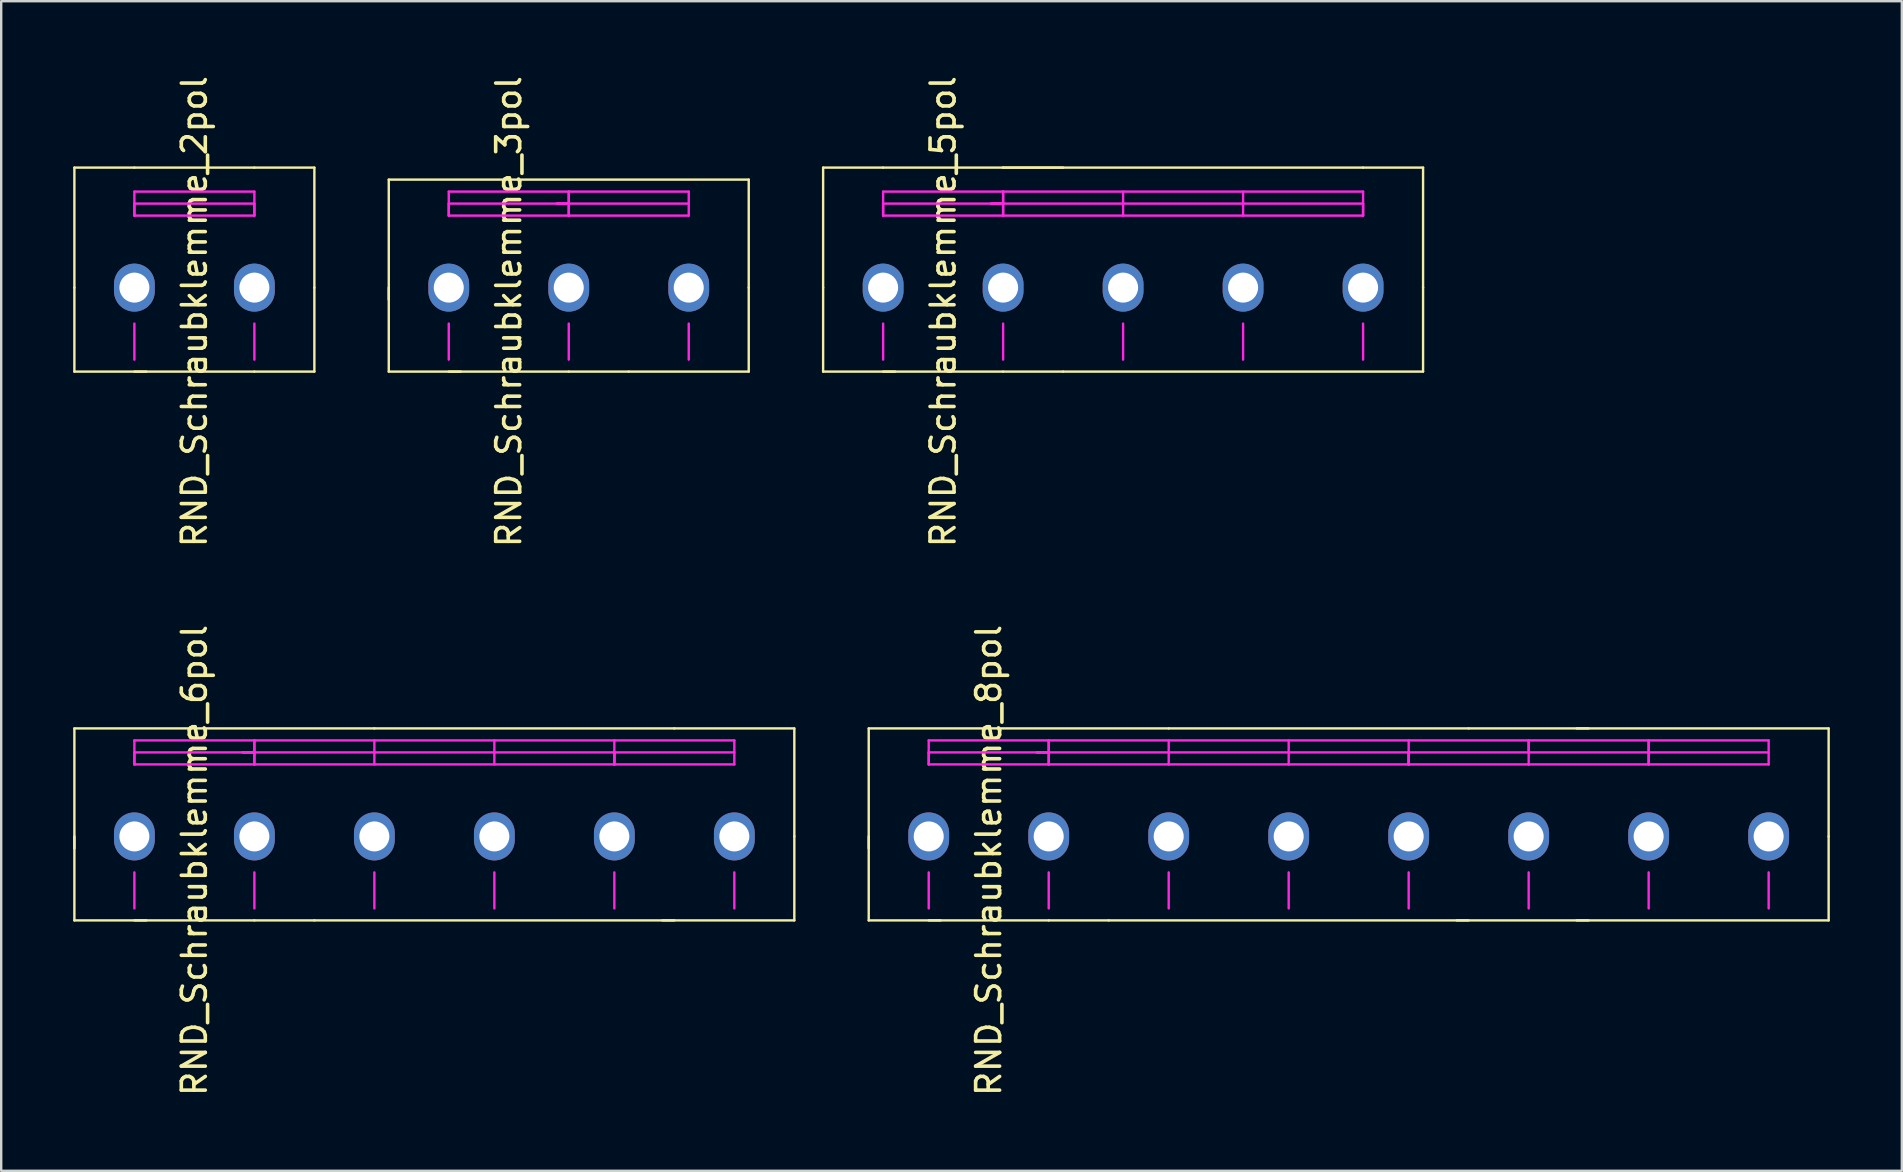
<source format=kicad_pcb>
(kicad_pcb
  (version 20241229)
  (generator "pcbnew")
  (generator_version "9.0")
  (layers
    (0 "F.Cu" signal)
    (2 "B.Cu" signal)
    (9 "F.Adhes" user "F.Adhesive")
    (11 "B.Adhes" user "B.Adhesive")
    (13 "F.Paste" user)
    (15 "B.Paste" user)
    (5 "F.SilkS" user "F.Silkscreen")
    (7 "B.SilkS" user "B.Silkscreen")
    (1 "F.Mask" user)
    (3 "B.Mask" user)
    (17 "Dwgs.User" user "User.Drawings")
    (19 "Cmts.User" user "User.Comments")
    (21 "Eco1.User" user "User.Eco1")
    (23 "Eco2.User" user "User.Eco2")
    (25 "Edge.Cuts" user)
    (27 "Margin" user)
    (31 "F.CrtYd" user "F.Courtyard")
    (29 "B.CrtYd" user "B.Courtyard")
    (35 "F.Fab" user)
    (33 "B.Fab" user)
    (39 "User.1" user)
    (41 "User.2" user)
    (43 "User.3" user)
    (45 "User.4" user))
  (footprint "RND_Schraubklemme_8pol"
    (layer "F.Cu")
    (at 35.65 31.804)
    (property "Reference" "RND_Schraubklemme_8pol" (at 2.5 1 90) (layer "F.SilkS") (effects (font (size 1 1) (thickness 0.15))))
    (attr through_hole)
    (fp_line (start -2.5 -4.5) (end -2.5 0.5) (stroke (width 0.1) (type solid)) (layer "F.SilkS"))
    (fp_line (start -2.5 0) (end -2.5 3.5) (stroke (width 0.1) (type solid)) (layer "F.SilkS"))
    (fp_line (start -2.5 3.5) (end 0.5 3.5) (stroke (width 0.1) (type solid)) (layer "F.SilkS"))
    (fp_line (start 0 3.5) (end 5 3.5) (stroke (width 0.1) (type solid)) (layer "F.SilkS"))
    (fp_line (start 7.5 3.5) (end 5 3.5) (stroke (width 0.1) (type solid)) (layer "F.SilkS"))
    (fp_line (start 7.5 3.5) (end 22.5 3.5) (stroke (width 0.1) (type solid)) (layer "F.SilkS"))
    (fp_line (start 10 -4.5) (end -2.5 -4.5) (stroke (width 0.1) (type solid)) (layer "F.SilkS"))
    (fp_line (start 10 -4.5) (end 22.5 -4.5) (stroke (width 0.1) (type solid)) (layer "F.SilkS"))
    (fp_line (start 27.5 -4.5) (end 22.5 -4.5) (stroke (width 0.1) (type solid)) (layer "F.SilkS"))
    (fp_line (start 27.5 3.5) (end 22 3.5) (stroke (width 0.1) (type solid)) (layer "F.SilkS"))
    (fp_line (start 37.5 -4.5) (end 27 -4.5) (stroke (width 0.1) (type solid)) (layer "F.SilkS"))
    (fp_line (start 37.5 0) (end 37.5 -4.5) (stroke (width 0.1) (type solid)) (layer "F.SilkS"))
    (fp_line (start 37.5 0) (end 37.5 3.5) (stroke (width 0.1) (type solid)) (layer "F.SilkS"))
    (fp_line (start 37.5 3.5) (end 27 3.5) (stroke (width 0.1) (type solid)) (layer "F.SilkS"))
    (fp_line (start 0 -4) (end 5 -4) (stroke (width 0.1) (type solid)) (layer "F.CrtYd"))
    (fp_line (start 0 -3.5) (end 0 -3) (stroke (width 0.1) (type solid)) (layer "F.CrtYd"))
    (fp_line (start 0 -3) (end 0 -4) (stroke (width 0.1) (type solid)) (layer "F.CrtYd"))
    (fp_line (start 0 -3) (end 5 -3) (stroke (width 0.1) (type solid)) (layer "F.CrtYd"))
    (fp_line (start 0 1.5) (end 0 3) (stroke (width 0.1) (type solid)) (layer "F.CrtYd"))
    (fp_line (start 4.5 -3.5) (end 5 -3.5) (stroke (width 0.1) (type solid)) (layer "F.CrtYd"))
    (fp_line (start 5 -4) (end 5 -3) (stroke (width 0.1) (type solid)) (layer "F.CrtYd"))
    (fp_line (start 5 -4) (end 20 -4) (stroke (width 0.1) (type solid)) (layer "F.CrtYd"))
    (fp_line (start 5 -3.5) (end 0 -3.5) (stroke (width 0.1) (type solid)) (layer "F.CrtYd"))
    (fp_line (start 5 -3.5) (end 5 -4) (stroke (width 0.1) (type solid)) (layer "F.CrtYd"))
    (fp_line (start 5 -3) (end 5 -3.5) (stroke (width 0.1) (type solid)) (layer "F.CrtYd"))
    (fp_line (start 5 -3) (end 20 -3) (stroke (width 0.1) (type solid)) (layer "F.CrtYd"))
    (fp_line (start 5 1.5) (end 5 3) (stroke (width 0.1) (type solid)) (layer "F.CrtYd"))
    (fp_line (start 10 -3) (end 10 -4) (stroke (width 0.1) (type solid)) (layer "F.CrtYd"))
    (fp_line (start 10 1.5) (end 10 3) (stroke (width 0.1) (type solid)) (layer "F.CrtYd"))
    (fp_line (start 15 -3) (end 15 -4) (stroke (width 0.1) (type solid)) (layer "F.CrtYd"))
    (fp_line (start 15 1.5) (end 15 3) (stroke (width 0.1) (type solid)) (layer "F.CrtYd"))
    (fp_line (start 20 -4) (end 20 -3) (stroke (width 0.1) (type solid)) (layer "F.CrtYd"))
    (fp_line (start 20 -4) (end 25 -4) (stroke (width 0.1) (type solid)) (layer "F.CrtYd"))
    (fp_line (start 20 -3.5) (end 4.5 -3.5) (stroke (width 0.1) (type solid)) (layer "F.CrtYd"))
    (fp_line (start 20 -3.5) (end 25 -3.5) (stroke (width 0.1) (type solid)) (layer "F.CrtYd"))
    (fp_line (start 20 -3) (end 20 -3.5) (stroke (width 0.1) (type solid)) (layer "F.CrtYd"))
    (fp_line (start 20 -3) (end 20 -3.5) (stroke (width 0.1) (type solid)) (layer "F.CrtYd"))
    (fp_line (start 20 1.5) (end 20 3) (stroke (width 0.1) (type solid)) (layer "F.CrtYd"))
    (fp_line (start 25 -4) (end 25 -3.5) (stroke (width 0.1) (type solid)) (layer "F.CrtYd"))
    (fp_line (start 25 -4) (end 25 -3) (stroke (width 0.1) (type solid)) (layer "F.CrtYd"))
    (fp_line (start 25 -3.5) (end 30 -3.5) (stroke (width 0.1) (type solid)) (layer "F.CrtYd"))
    (fp_line (start 25 -3) (end 20 -3) (stroke (width 0.1) (type solid)) (layer "F.CrtYd"))
    (fp_line (start 25 -3) (end 35 -3) (stroke (width 0.1) (type solid)) (layer "F.CrtYd"))
    (fp_line (start 25 1.5) (end 25 3) (stroke (width 0.1) (type solid)) (layer "F.CrtYd"))
    (fp_line (start 30 -4) (end 30 -3.5) (stroke (width 0.1) (type solid)) (layer "F.CrtYd"))
    (fp_line (start 30 -3.5) (end 30 -3) (stroke (width 0.1) (type solid)) (layer "F.CrtYd"))
    (fp_line (start 30 -3.5) (end 35 -3.5) (stroke (width 0.1) (type solid)) (layer "F.CrtYd"))
    (fp_line (start 30 -3) (end 30 -4) (stroke (width 0.1) (type solid)) (layer "F.CrtYd"))
    (fp_line (start 30 1.5) (end 30 3) (stroke (width 0.1) (type solid)) (layer "F.CrtYd"))
    (fp_line (start 35 -4) (end 25 -4) (stroke (width 0.1) (type solid)) (layer "F.CrtYd"))
    (fp_line (start 35 -3) (end 35 -4) (stroke (width 0.1) (type solid)) (layer "F.CrtYd"))
    (fp_line (start 35 1.5) (end 35 3) (stroke (width 0.1) (type solid)) (layer "F.CrtYd"))
    (pad "1" thru_hole oval (at 0 0) (size 1.7 2) (drill 1.25) (layers "*.Cu" "*.Mask"))
    (pad "2" thru_hole oval (at 5 0) (size 1.7 2) (drill 1.25) (layers "*.Cu" "*.Mask"))
    (pad "3" thru_hole oval (at 10 0) (size 1.7 2) (drill 1.25) (layers "*.Cu" "*.Mask"))
    (pad "4" thru_hole oval (at 15 0) (size 1.7 2) (drill 1.25) (layers "*.Cu" "*.Mask"))
    (pad "5" thru_hole oval (at 20 0) (size 1.7 2) (drill 1.25) (layers "*.Cu" "*.Mask"))
    (pad "6" thru_hole oval (at 25 0) (size 1.7 2) (drill 1.25) (layers "*.Cu" "*.Mask"))
    (pad "7" thru_hole oval (at 30 0) (size 1.7 2) (drill 1.25) (layers "*.Cu" "*.Mask"))
    (pad "8" thru_hole oval (at 35 0) (size 1.7 2) (drill 1.25) (layers "*.Cu" "*.Mask")))
  (footprint "RND_Schraubklemme_2pol"
    (layer "F.Cu")
    (at 2.55 8.935)
    (property "Reference" "RND_Schraubklemme_2pol" (at 2.5 1 90) (layer "F.SilkS") (effects (font (size 1 1) (thickness 0.15))))
    (attr through_hole)
    (fp_line (start -2.5 -5) (end -2.5 0) (stroke (width 0.1) (type solid)) (layer "F.SilkS"))
    (fp_line (start -2.5 0) (end -2.5 3.5) (stroke (width 0.1) (type solid)) (layer "F.SilkS"))
    (fp_line (start -2.5 3.5) (end 0.5 3.5) (stroke (width 0.1) (type solid)) (layer "F.SilkS"))
    (fp_line (start 0 -5) (end -2.5 -5) (stroke (width 0.1) (type solid)) (layer "F.SilkS"))
    (fp_line (start 0 -5) (end 5 -5) (stroke (width 0.1) (type solid)) (layer "F.SilkS"))
    (fp_line (start 0 3.5) (end 5 3.5) (stroke (width 0.1) (type solid)) (layer "F.SilkS"))
    (fp_line (start 7.5 -5) (end 5 -5) (stroke (width 0.1) (type solid)) (layer "F.SilkS"))
    (fp_line (start 7.5 0) (end 7.5 -5) (stroke (width 0.1) (type solid)) (layer "F.SilkS"))
    (fp_line (start 7.5 0) (end 7.5 3.5) (stroke (width 0.1) (type solid)) (layer "F.SilkS"))
    (fp_line (start 7.5 3.5) (end 5 3.5) (stroke (width 0.1) (type solid)) (layer "F.SilkS"))
    (fp_line (start 0 -4) (end 5 -4) (stroke (width 0.1) (type solid)) (layer "F.CrtYd"))
    (fp_line (start 0 -3.5) (end 0 -3) (stroke (width 0.1) (type solid)) (layer "F.CrtYd"))
    (fp_line (start 0 -3) (end 0 -4) (stroke (width 0.1) (type solid)) (layer "F.CrtYd"))
    (fp_line (start 0 -3) (end 5 -3) (stroke (width 0.1) (type solid)) (layer "F.CrtYd"))
    (fp_line (start 0 1.5) (end 0 3) (stroke (width 0.1) (type solid)) (layer "F.CrtYd"))
    (fp_line (start 5 -4) (end 5 -3) (stroke (width 0.1) (type solid)) (layer "F.CrtYd"))
    (fp_line (start 5 -3.5) (end 0 -3.5) (stroke (width 0.1) (type solid)) (layer "F.CrtYd"))
    (fp_line (start 5 -3) (end 5 -3.5) (stroke (width 0.1) (type solid)) (layer "F.CrtYd"))
    (fp_line (start 5 1.5) (end 5 3) (stroke (width 0.1) (type solid)) (layer "F.CrtYd"))
    (pad "1" thru_hole oval (at 0 0) (size 1.7 2) (drill 1.25) (layers "*.Cu" "*.Mask"))
    (pad "2" thru_hole oval (at 5 0) (size 1.7 2) (drill 1.25) (layers "*.Cu" "*.Mask")))
  (footprint "RND_Schraubklemme_6pol"
    (layer "F.Cu")
    (at 2.55 31.804)
    (property "Reference" "RND_Schraubklemme_6pol" (at 2.5 1 90) (layer "F.SilkS") (effects (font (size 1 1) (thickness 0.15))))
    (attr through_hole)
    (fp_line (start -2.5 -4.5) (end -2.5 0.5) (stroke (width 0.1) (type solid)) (layer "F.SilkS"))
    (fp_line (start -2.5 0) (end -2.5 3.5) (stroke (width 0.1) (type solid)) (layer "F.SilkS"))
    (fp_line (start -2.5 3.5) (end 0.5 3.5) (stroke (width 0.1) (type solid)) (layer "F.SilkS"))
    (fp_line (start 0 3.5) (end 5 3.5) (stroke (width 0.1) (type solid)) (layer "F.SilkS"))
    (fp_line (start 7.5 3.5) (end 5 3.5) (stroke (width 0.1) (type solid)) (layer "F.SilkS"))
    (fp_line (start 7.5 3.5) (end 22.5 3.5) (stroke (width 0.1) (type solid)) (layer "F.SilkS"))
    (fp_line (start 10 -4.5) (end -2.5 -4.5) (stroke (width 0.1) (type solid)) (layer "F.SilkS"))
    (fp_line (start 10 -4.5) (end 22.5 -4.5) (stroke (width 0.1) (type solid)) (layer "F.SilkS"))
    (fp_line (start 27.5 -4.5) (end 22.5 -4.5) (stroke (width 0.1) (type solid)) (layer "F.SilkS"))
    (fp_line (start 27.5 0) (end 27.5 -4.5) (stroke (width 0.1) (type solid)) (layer "F.SilkS"))
    (fp_line (start 27.5 0) (end 27.5 3.5) (stroke (width 0.1) (type solid)) (layer "F.SilkS"))
    (fp_line (start 27.5 3.5) (end 22 3.5) (stroke (width 0.1) (type solid)) (layer "F.SilkS"))
    (fp_line (start 0 -4) (end 5 -4) (stroke (width 0.1) (type solid)) (layer "F.CrtYd"))
    (fp_line (start 0 -3.5) (end 0 -3) (stroke (width 0.1) (type solid)) (layer "F.CrtYd"))
    (fp_line (start 0 -3) (end 0 -4) (stroke (width 0.1) (type solid)) (layer "F.CrtYd"))
    (fp_line (start 0 -3) (end 5 -3) (stroke (width 0.1) (type solid)) (layer "F.CrtYd"))
    (fp_line (start 0 1.5) (end 0 3) (stroke (width 0.1) (type solid)) (layer "F.CrtYd"))
    (fp_line (start 4.5 -3.5) (end 5 -3.5) (stroke (width 0.1) (type solid)) (layer "F.CrtYd"))
    (fp_line (start 5 -4) (end 5 -3) (stroke (width 0.1) (type solid)) (layer "F.CrtYd"))
    (fp_line (start 5 -4) (end 20 -4) (stroke (width 0.1) (type solid)) (layer "F.CrtYd"))
    (fp_line (start 5 -3.5) (end 0 -3.5) (stroke (width 0.1) (type solid)) (layer "F.CrtYd"))
    (fp_line (start 5 -3.5) (end 5 -4) (stroke (width 0.1) (type solid)) (layer "F.CrtYd"))
    (fp_line (start 5 -3) (end 5 -3.5) (stroke (width 0.1) (type solid)) (layer "F.CrtYd"))
    (fp_line (start 5 -3) (end 20 -3) (stroke (width 0.1) (type solid)) (layer "F.CrtYd"))
    (fp_line (start 5 1.5) (end 5 3) (stroke (width 0.1) (type solid)) (layer "F.CrtYd"))
    (fp_line (start 10 -3) (end 10 -4) (stroke (width 0.1) (type solid)) (layer "F.CrtYd"))
    (fp_line (start 10 1.5) (end 10 3) (stroke (width 0.1) (type solid)) (layer "F.CrtYd"))
    (fp_line (start 15 -3) (end 15 -4) (stroke (width 0.1) (type solid)) (layer "F.CrtYd"))
    (fp_line (start 15 1.5) (end 15 3) (stroke (width 0.1) (type solid)) (layer "F.CrtYd"))
    (fp_line (start 20 -4) (end 20 -3) (stroke (width 0.1) (type solid)) (layer "F.CrtYd"))
    (fp_line (start 20 -4) (end 25 -4) (stroke (width 0.1) (type solid)) (layer "F.CrtYd"))
    (fp_line (start 20 -3.5) (end 4.5 -3.5) (stroke (width 0.1) (type solid)) (layer "F.CrtYd"))
    (fp_line (start 20 -3.5) (end 25 -3.5) (stroke (width 0.1) (type solid)) (layer "F.CrtYd"))
    (fp_line (start 20 -3) (end 20 -3.5) (stroke (width 0.1) (type solid)) (layer "F.CrtYd"))
    (fp_line (start 20 -3) (end 20 -3.5) (stroke (width 0.1) (type solid)) (layer "F.CrtYd"))
    (fp_line (start 20 1.5) (end 20 3) (stroke (width 0.1) (type solid)) (layer "F.CrtYd"))
    (fp_line (start 25 -4) (end 25 -3) (stroke (width 0.1) (type solid)) (layer "F.CrtYd"))
    (fp_line (start 25 -3) (end 20 -3) (stroke (width 0.1) (type solid)) (layer "F.CrtYd"))
    (fp_line (start 25 1.5) (end 25 3) (stroke (width 0.1) (type solid)) (layer "F.CrtYd"))
    (pad "1" thru_hole oval (at 0 0) (size 1.7 2) (drill 1.25) (layers "*.Cu" "*.Mask"))
    (pad "2" thru_hole oval (at 5 0) (size 1.7 2) (drill 1.25) (layers "*.Cu" "*.Mask"))
    (pad "3" thru_hole oval (at 10 0) (size 1.7 2) (drill 1.25) (layers "*.Cu" "*.Mask"))
    (pad "4" thru_hole oval (at 15 0) (size 1.7 2) (drill 1.25) (layers "*.Cu" "*.Mask"))
    (pad "5" thru_hole oval (at 20 0) (size 1.7 2) (drill 1.25) (layers "*.Cu" "*.Mask"))
    (pad "6" thru_hole oval (at 25 0) (size 1.7 2) (drill 1.25) (layers "*.Cu" "*.Mask")))
  (footprint "RND_Schraubklemme_5pol"
    (layer "F.Cu")
    (at 33.75 8.935)
    (property "Reference" "RND_Schraubklemme_5pol" (at 2.5 1 90) (layer "F.SilkS") (effects (font (size 1 1) (thickness 0.15))))
    (attr through_hole)
    (fp_line (start -2.5 -5) (end -2.5 0) (stroke (width 0.1) (type solid)) (layer "F.SilkS"))
    (fp_line (start -2.5 0) (end -2.5 3.5) (stroke (width 0.1) (type solid)) (layer "F.SilkS"))
    (fp_line (start -2.5 3.5) (end 0.5 3.5) (stroke (width 0.1) (type solid)) (layer "F.SilkS"))
    (fp_line (start 0 -5) (end -2.5 -5) (stroke (width 0.1) (type solid)) (layer "F.SilkS"))
    (fp_line (start 0 -5) (end 5 -5) (stroke (width 0.1) (type solid)) (layer "F.SilkS"))
    (fp_line (start 0 3.5) (end 5 3.5) (stroke (width 0.1) (type solid)) (layer "F.SilkS"))
    (fp_line (start 5 -5) (end 20 -5) (stroke (width 0.1) (type solid)) (layer "F.SilkS"))
    (fp_line (start 7.5 -5) (end 5 -5) (stroke (width 0.1) (type solid)) (layer "F.SilkS"))
    (fp_line (start 7.5 3.5) (end 5 3.5) (stroke (width 0.1) (type solid)) (layer "F.SilkS"))
    (fp_line (start 7.5 3.5) (end 22.5 3.5) (stroke (width 0.1) (type solid)) (layer "F.SilkS"))
    (fp_line (start 22.5 -5) (end 20 -5) (stroke (width 0.1) (type solid)) (layer "F.SilkS"))
    (fp_line (start 22.5 0) (end 22.5 -5) (stroke (width 0.1) (type solid)) (layer "F.SilkS"))
    (fp_line (start 22.5 3.5) (end 22.5 0) (stroke (width 0.1) (type solid)) (layer "F.SilkS"))
    (fp_line (start 0 -4) (end 5 -4) (stroke (width 0.1) (type solid)) (layer "F.CrtYd"))
    (fp_line (start 0 -3.5) (end 0 -3) (stroke (width 0.1) (type solid)) (layer "F.CrtYd"))
    (fp_line (start 0 -3) (end 0 -4) (stroke (width 0.1) (type solid)) (layer "F.CrtYd"))
    (fp_line (start 0 -3) (end 5 -3) (stroke (width 0.1) (type solid)) (layer "F.CrtYd"))
    (fp_line (start 0 1.5) (end 0 3) (stroke (width 0.1) (type solid)) (layer "F.CrtYd"))
    (fp_line (start 4.5 -3.5) (end 5 -3.5) (stroke (width 0.1) (type solid)) (layer "F.CrtYd"))
    (fp_line (start 5 -4) (end 5 -3) (stroke (width 0.1) (type solid)) (layer "F.CrtYd"))
    (fp_line (start 5 -4) (end 20 -4) (stroke (width 0.1) (type solid)) (layer "F.CrtYd"))
    (fp_line (start 5 -3.5) (end 0 -3.5) (stroke (width 0.1) (type solid)) (layer "F.CrtYd"))
    (fp_line (start 5 -3.5) (end 5 -4) (stroke (width 0.1) (type solid)) (layer "F.CrtYd"))
    (fp_line (start 5 -3) (end 5 -3.5) (stroke (width 0.1) (type solid)) (layer "F.CrtYd"))
    (fp_line (start 5 -3) (end 20 -3) (stroke (width 0.1) (type solid)) (layer "F.CrtYd"))
    (fp_line (start 5 1.5) (end 5 3) (stroke (width 0.1) (type solid)) (layer "F.CrtYd"))
    (fp_line (start 10 -3) (end 10 -4) (stroke (width 0.1) (type solid)) (layer "F.CrtYd"))
    (fp_line (start 10 1.5) (end 10 3) (stroke (width 0.1) (type solid)) (layer "F.CrtYd"))
    (fp_line (start 15 -3) (end 15 -4) (stroke (width 0.1) (type solid)) (layer "F.CrtYd"))
    (fp_line (start 15 1.5) (end 15 3) (stroke (width 0.1) (type solid)) (layer "F.CrtYd"))
    (fp_line (start 20 -4) (end 20 -3) (stroke (width 0.1) (type solid)) (layer "F.CrtYd"))
    (fp_line (start 20 -3.5) (end 4.5 -3.5) (stroke (width 0.1) (type solid)) (layer "F.CrtYd"))
    (fp_line (start 20 -3) (end 20 -3.5) (stroke (width 0.1) (type solid)) (layer "F.CrtYd"))
    (fp_line (start 20 1.5) (end 20 3) (stroke (width 0.1) (type solid)) (layer "F.CrtYd"))
    (pad "1" thru_hole oval (at 0 0) (size 1.7 2) (drill 1.25) (layers "*.Cu" "*.Mask"))
    (pad "2" thru_hole oval (at 5 0) (size 1.7 2) (drill 1.25) (layers "*.Cu" "*.Mask"))
    (pad "3" thru_hole oval (at 10 0) (size 1.7 2) (drill 1.25) (layers "*.Cu" "*.Mask"))
    (pad "4" thru_hole oval (at 15 0) (size 1.7 2) (drill 1.25) (layers "*.Cu" "*.Mask"))
    (pad "5" thru_hole oval (at 20 0) (size 1.7 2) (drill 1.25) (layers "*.Cu" "*.Mask")))
  (footprint "RND_Schraubklemme_3pol"
    (layer "F.Cu")
    (at 15.65 8.935)
    (property "Reference" "RND_Schraubklemme_3pol" (at 2.5 1 90) (layer "F.SilkS") (effects (font (size 1 1) (thickness 0.15))))
    (attr through_hole)
    (fp_line (start -2.5 -4.5) (end -2.5 0.5) (stroke (width 0.1) (type solid)) (layer "F.SilkS"))
    (fp_line (start -2.5 0) (end -2.5 3.5) (stroke (width 0.1) (type solid)) (layer "F.SilkS"))
    (fp_line (start -2.5 3.5) (end 0.5 3.5) (stroke (width 0.1) (type solid)) (layer "F.SilkS"))
    (fp_line (start 0 3.5) (end 5 3.5) (stroke (width 0.1) (type solid)) (layer "F.SilkS"))
    (fp_line (start 7.5 3.5) (end 5 3.5) (stroke (width 0.1) (type solid)) (layer "F.SilkS"))
    (fp_line (start 7.5 3.5) (end 12.5 3.5) (stroke (width 0.1) (type solid)) (layer "F.SilkS"))
    (fp_line (start 12.5 -4.5) (end -2.5 -4.5) (stroke (width 0.1) (type solid)) (layer "F.SilkS"))
    (fp_line (start 12.5 -4.5) (end 12.5 0) (stroke (width 0.1) (type solid)) (layer "F.SilkS"))
    (fp_line (start 12.5 3.5) (end 12.5 0) (stroke (width 0.1) (type solid)) (layer "F.SilkS"))
    (fp_line (start 0 -4) (end 5 -4) (stroke (width 0.1) (type solid)) (layer "F.CrtYd"))
    (fp_line (start 0 -3.5) (end 0 -3) (stroke (width 0.1) (type solid)) (layer "F.CrtYd"))
    (fp_line (start 0 -3) (end 0 -4) (stroke (width 0.1) (type solid)) (layer "F.CrtYd"))
    (fp_line (start 0 -3) (end 5 -3) (stroke (width 0.1) (type solid)) (layer "F.CrtYd"))
    (fp_line (start 0 1.5) (end 0 3) (stroke (width 0.1) (type solid)) (layer "F.CrtYd"))
    (fp_line (start 4.5 -3.5) (end 5 -3.5) (stroke (width 0.1) (type solid)) (layer "F.CrtYd"))
    (fp_line (start 5 -4) (end 5 -3) (stroke (width 0.1) (type solid)) (layer "F.CrtYd"))
    (fp_line (start 5 -4) (end 10 -4) (stroke (width 0.1) (type solid)) (layer "F.CrtYd"))
    (fp_line (start 5 -3.5) (end 0 -3.5) (stroke (width 0.1) (type solid)) (layer "F.CrtYd"))
    (fp_line (start 5 -3.5) (end 5 -4) (stroke (width 0.1) (type solid)) (layer "F.CrtYd"))
    (fp_line (start 5 -3) (end 5 -3.5) (stroke (width 0.1) (type solid)) (layer "F.CrtYd"))
    (fp_line (start 5 -3) (end 10 -3) (stroke (width 0.1) (type solid)) (layer "F.CrtYd"))
    (fp_line (start 5 1.5) (end 5 3) (stroke (width 0.1) (type solid)) (layer "F.CrtYd"))
    (fp_line (start 10 -3.5) (end 4.5 -3.5) (stroke (width 0.1) (type solid)) (layer "F.CrtYd"))
    (fp_line (start 10 -3) (end 10 -4) (stroke (width 0.1) (type solid)) (layer "F.CrtYd"))
    (fp_line (start 10 1.5) (end 10 3) (stroke (width 0.1) (type solid)) (layer "F.CrtYd"))
    (pad "1" thru_hole oval (at 0 0) (size 1.7 2) (drill 1.25) (layers "*.Cu" "*.Mask"))
    (pad "2" thru_hole oval (at 5 0) (size 1.7 2) (drill 1.25) (layers "*.Cu" "*.Mask"))
    (pad "3" thru_hole oval (at 10 0) (size 1.7 2) (drill 1.25) (layers "*.Cu" "*.Mask")))
  (gr_rect
    (start -3 -3)
    (end 76.2 45.738)
    (stroke (width 0.1) (type default))
    (fill no)
    (layer "Edge.Cuts")))
</source>
